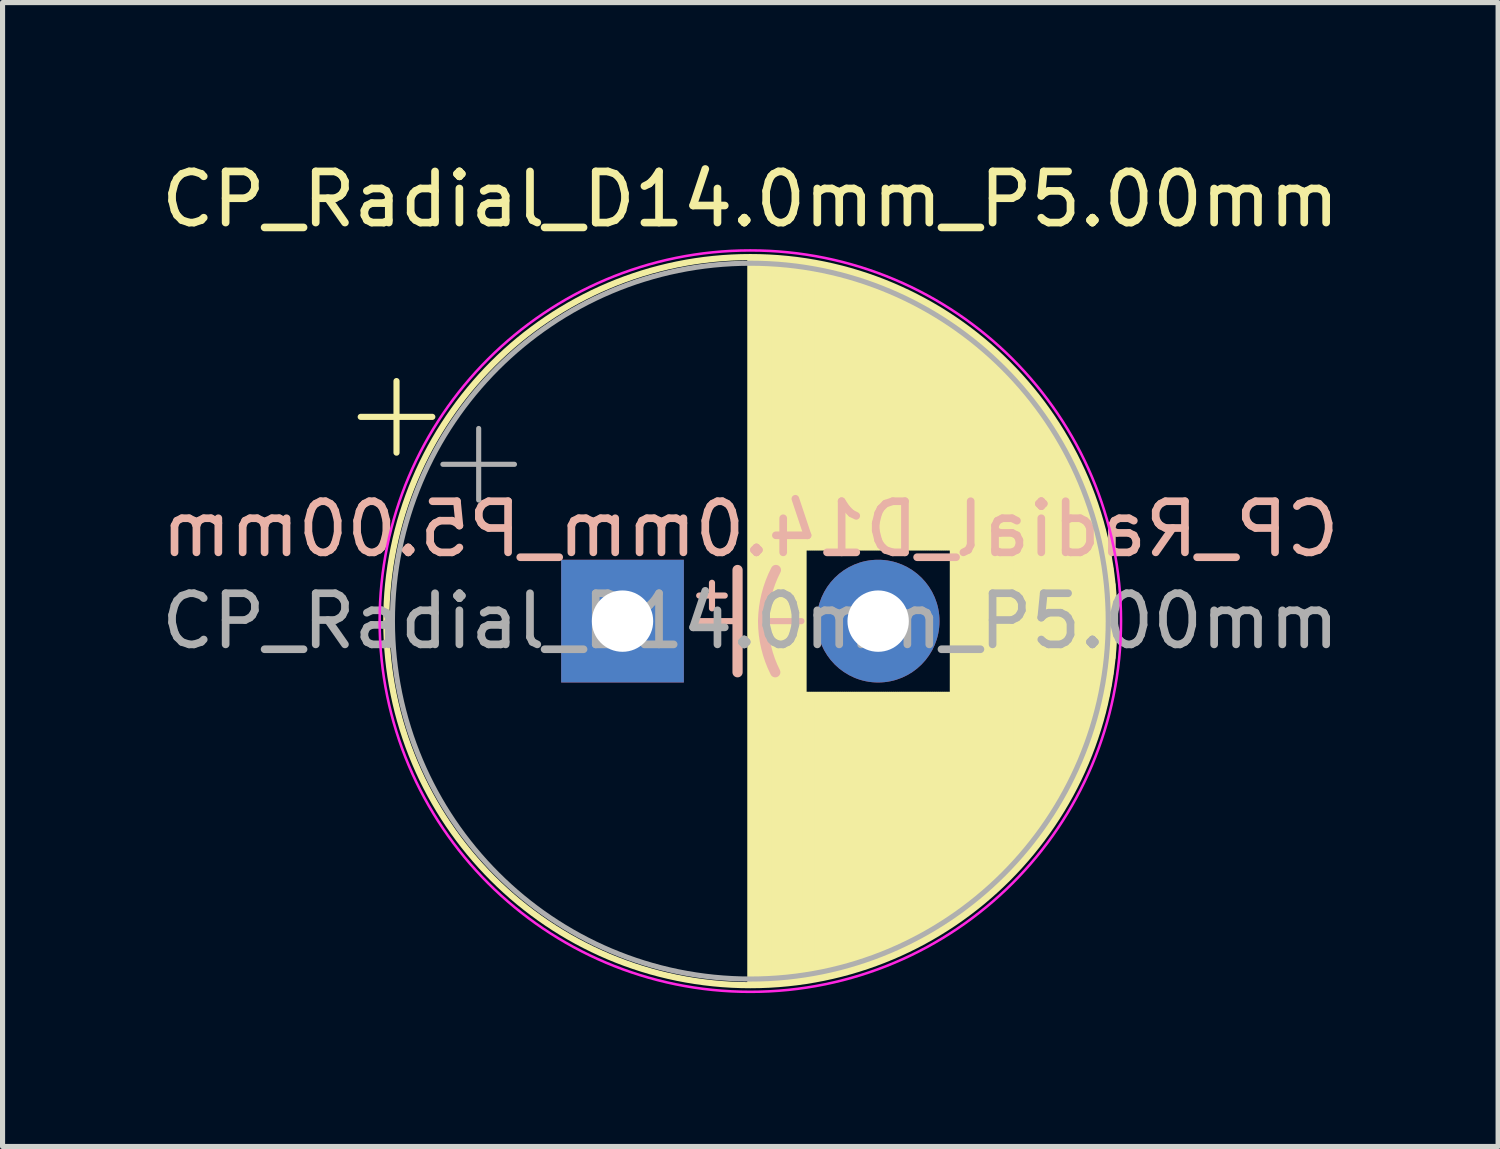
<source format=kicad_pcb>
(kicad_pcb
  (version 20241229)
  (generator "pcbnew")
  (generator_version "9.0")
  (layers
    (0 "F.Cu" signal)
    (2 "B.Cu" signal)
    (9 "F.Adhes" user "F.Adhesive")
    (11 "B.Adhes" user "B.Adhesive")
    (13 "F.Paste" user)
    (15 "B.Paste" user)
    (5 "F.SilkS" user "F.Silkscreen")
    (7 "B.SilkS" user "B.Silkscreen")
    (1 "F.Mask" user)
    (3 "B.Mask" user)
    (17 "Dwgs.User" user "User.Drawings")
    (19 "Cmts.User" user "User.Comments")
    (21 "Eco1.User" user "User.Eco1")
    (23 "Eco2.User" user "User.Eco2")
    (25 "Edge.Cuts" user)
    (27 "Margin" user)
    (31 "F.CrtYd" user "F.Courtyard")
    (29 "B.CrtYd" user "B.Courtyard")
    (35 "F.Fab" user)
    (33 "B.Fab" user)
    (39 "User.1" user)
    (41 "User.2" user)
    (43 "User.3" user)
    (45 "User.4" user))
  (footprint "CP_Radial_D14.0mm_P5.00mm"
    (layer "F.Cu")
    (at 9.125 9.098)
    (property "Reference" "CP_Radial_D14.0mm_P5.00mm" (at 2.5 -8.25 0) (layer "F.SilkS") (effects (font (size 1 1) (thickness 0.15))))
    (fp_line (start -5.12 -3.995) (end -3.72 -3.995) (stroke (width 0.12) (type solid)) (layer "F.SilkS"))
    (fp_line (start -4.42 -4.695) (end -4.42 -3.295) (stroke (width 0.12) (type solid)) (layer "F.SilkS"))
    (fp_line (start 2.5 -7.08) (end 2.5 7.08) (stroke (width 0.12) (type solid)) (layer "F.SilkS"))
    (fp_line (start 2.54 -7.08) (end 2.54 7.08) (stroke (width 0.12) (type solid)) (layer "F.SilkS"))
    (fp_line (start 2.58 -7.08) (end 2.58 7.08) (stroke (width 0.12) (type solid)) (layer "F.SilkS"))
    (fp_line (start 2.62 -7.079) (end 2.62 7.079) (stroke (width 0.12) (type solid)) (layer "F.SilkS"))
    (fp_line (start 2.66 -7.079) (end 2.66 7.079) (stroke (width 0.12) (type solid)) (layer "F.SilkS"))
    (fp_line (start 2.7 -7.078) (end 2.7 7.078) (stroke (width 0.12) (type solid)) (layer "F.SilkS"))
    (fp_line (start 2.74 -7.076) (end 2.74 7.076) (stroke (width 0.12) (type solid)) (layer "F.SilkS"))
    (fp_line (start 2.78 -7.075) (end 2.78 7.075) (stroke (width 0.12) (type solid)) (layer "F.SilkS"))
    (fp_line (start 2.82 -7.073) (end 2.82 7.073) (stroke (width 0.12) (type solid)) (layer "F.SilkS"))
    (fp_line (start 2.86 -7.071) (end 2.86 7.071) (stroke (width 0.12) (type solid)) (layer "F.SilkS"))
    (fp_line (start 2.9 -7.069) (end 2.9 7.069) (stroke (width 0.12) (type solid)) (layer "F.SilkS"))
    (fp_line (start 2.94 -7.067) (end 2.94 7.067) (stroke (width 0.12) (type solid)) (layer "F.SilkS"))
    (fp_line (start 2.98 -7.064) (end 2.98 7.064) (stroke (width 0.12) (type solid)) (layer "F.SilkS"))
    (fp_line (start 3.02 -7.061) (end 3.02 7.061) (stroke (width 0.12) (type solid)) (layer "F.SilkS"))
    (fp_line (start 3.06 -7.058) (end 3.06 7.058) (stroke (width 0.12) (type solid)) (layer "F.SilkS"))
    (fp_line (start 3.1 -7.055) (end 3.1 7.055) (stroke (width 0.12) (type solid)) (layer "F.SilkS"))
    (fp_line (start 3.14 -7.052) (end 3.14 7.052) (stroke (width 0.12) (type solid)) (layer "F.SilkS"))
    (fp_line (start 3.18 -7.048) (end 3.18 7.048) (stroke (width 0.12) (type solid)) (layer "F.SilkS"))
    (fp_line (start 3.221 -7.044) (end 3.221 7.044) (stroke (width 0.12) (type solid)) (layer "F.SilkS"))
    (fp_line (start 3.261 -7.04) (end 3.261 7.04) (stroke (width 0.12) (type solid)) (layer "F.SilkS"))
    (fp_line (start 3.301 -7.035) (end 3.301 7.035) (stroke (width 0.12) (type solid)) (layer "F.SilkS"))
    (fp_line (start 3.341 -7.031) (end 3.341 7.031) (stroke (width 0.12) (type solid)) (layer "F.SilkS"))
    (fp_line (start 3.381 -7.026) (end 3.381 7.026) (stroke (width 0.12) (type solid)) (layer "F.SilkS"))
    (fp_line (start 3.421 -7.021) (end 3.421 7.021) (stroke (width 0.12) (type solid)) (layer "F.SilkS"))
    (fp_line (start 3.461 -7.015) (end 3.461 7.015) (stroke (width 0.12) (type solid)) (layer "F.SilkS"))
    (fp_line (start 3.501 -7.01) (end 3.501 7.01) (stroke (width 0.12) (type solid)) (layer "F.SilkS"))
    (fp_line (start 3.541 -7.004) (end 3.541 7.004) (stroke (width 0.12) (type solid)) (layer "F.SilkS"))
    (fp_line (start 3.581 -6.998) (end 3.581 -1.44) (stroke (width 0.12) (type solid)) (layer "F.SilkS"))
    (fp_line (start 3.581 1.44) (end 3.581 6.998) (stroke (width 0.12) (type solid)) (layer "F.SilkS"))
    (fp_line (start 3.621 -6.992) (end 3.621 -1.44) (stroke (width 0.12) (type solid)) (layer "F.SilkS"))
    (fp_line (start 3.621 1.44) (end 3.621 6.992) (stroke (width 0.12) (type solid)) (layer "F.SilkS"))
    (fp_line (start 3.661 -6.985) (end 3.661 -1.44) (stroke (width 0.12) (type solid)) (layer "F.SilkS"))
    (fp_line (start 3.661 1.44) (end 3.661 6.985) (stroke (width 0.12) (type solid)) (layer "F.SilkS"))
    (fp_line (start 3.701 -6.979) (end 3.701 -1.44) (stroke (width 0.12) (type solid)) (layer "F.SilkS"))
    (fp_line (start 3.701 1.44) (end 3.701 6.979) (stroke (width 0.12) (type solid)) (layer "F.SilkS"))
    (fp_line (start 3.741 -6.972) (end 3.741 -1.44) (stroke (width 0.12) (type solid)) (layer "F.SilkS"))
    (fp_line (start 3.741 1.44) (end 3.741 6.972) (stroke (width 0.12) (type solid)) (layer "F.SilkS"))
    (fp_line (start 3.781 -6.964) (end 3.781 -1.44) (stroke (width 0.12) (type solid)) (layer "F.SilkS"))
    (fp_line (start 3.781 1.44) (end 3.781 6.964) (stroke (width 0.12) (type solid)) (layer "F.SilkS"))
    (fp_line (start 3.821 -6.957) (end 3.821 -1.44) (stroke (width 0.12) (type solid)) (layer "F.SilkS"))
    (fp_line (start 3.821 1.44) (end 3.821 6.957) (stroke (width 0.12) (type solid)) (layer "F.SilkS"))
    (fp_line (start 3.861 -6.949) (end 3.861 -1.44) (stroke (width 0.12) (type solid)) (layer "F.SilkS"))
    (fp_line (start 3.861 1.44) (end 3.861 6.949) (stroke (width 0.12) (type solid)) (layer "F.SilkS"))
    (fp_line (start 3.901 -6.942) (end 3.901 -1.44) (stroke (width 0.12) (type solid)) (layer "F.SilkS"))
    (fp_line (start 3.901 1.44) (end 3.901 6.942) (stroke (width 0.12) (type solid)) (layer "F.SilkS"))
    (fp_line (start 3.941 -6.933) (end 3.941 -1.44) (stroke (width 0.12) (type solid)) (layer "F.SilkS"))
    (fp_line (start 3.941 1.44) (end 3.941 6.933) (stroke (width 0.12) (type solid)) (layer "F.SilkS"))
    (fp_line (start 3.981 -6.925) (end 3.981 -1.44) (stroke (width 0.12) (type solid)) (layer "F.SilkS"))
    (fp_line (start 3.981 1.44) (end 3.981 6.925) (stroke (width 0.12) (type solid)) (layer "F.SilkS"))
    (fp_line (start 4.021 -6.916) (end 4.021 -1.44) (stroke (width 0.12) (type solid)) (layer "F.SilkS"))
    (fp_line (start 4.021 1.44) (end 4.021 6.916) (stroke (width 0.12) (type solid)) (layer "F.SilkS"))
    (fp_line (start 4.061 -6.907) (end 4.061 -1.44) (stroke (width 0.12) (type solid)) (layer "F.SilkS"))
    (fp_line (start 4.061 1.44) (end 4.061 6.907) (stroke (width 0.12) (type solid)) (layer "F.SilkS"))
    (fp_line (start 4.101 -6.898) (end 4.101 -1.44) (stroke (width 0.12) (type solid)) (layer "F.SilkS"))
    (fp_line (start 4.101 1.44) (end 4.101 6.898) (stroke (width 0.12) (type solid)) (layer "F.SilkS"))
    (fp_line (start 4.141 -6.889) (end 4.141 -1.44) (stroke (width 0.12) (type solid)) (layer "F.SilkS"))
    (fp_line (start 4.141 1.44) (end 4.141 6.889) (stroke (width 0.12) (type solid)) (layer "F.SilkS"))
    (fp_line (start 4.181 -6.879) (end 4.181 -1.44) (stroke (width 0.12) (type solid)) (layer "F.SilkS"))
    (fp_line (start 4.181 1.44) (end 4.181 6.879) (stroke (width 0.12) (type solid)) (layer "F.SilkS"))
    (fp_line (start 4.221 -6.87) (end 4.221 -1.44) (stroke (width 0.12) (type solid)) (layer "F.SilkS"))
    (fp_line (start 4.221 1.44) (end 4.221 6.87) (stroke (width 0.12) (type solid)) (layer "F.SilkS"))
    (fp_line (start 4.261 -6.86) (end 4.261 -1.44) (stroke (width 0.12) (type solid)) (layer "F.SilkS"))
    (fp_line (start 4.261 1.44) (end 4.261 6.86) (stroke (width 0.12) (type solid)) (layer "F.SilkS"))
    (fp_line (start 4.301 -6.849) (end 4.301 -1.44) (stroke (width 0.12) (type solid)) (layer "F.SilkS"))
    (fp_line (start 4.301 1.44) (end 4.301 6.849) (stroke (width 0.12) (type solid)) (layer "F.SilkS"))
    (fp_line (start 4.341 -6.839) (end 4.341 -1.44) (stroke (width 0.12) (type solid)) (layer "F.SilkS"))
    (fp_line (start 4.341 1.44) (end 4.341 6.839) (stroke (width 0.12) (type solid)) (layer "F.SilkS"))
    (fp_line (start 4.381 -6.828) (end 4.381 -1.44) (stroke (width 0.12) (type solid)) (layer "F.SilkS"))
    (fp_line (start 4.381 1.44) (end 4.381 6.828) (stroke (width 0.12) (type solid)) (layer "F.SilkS"))
    (fp_line (start 4.421 -6.817) (end 4.421 -1.44) (stroke (width 0.12) (type solid)) (layer "F.SilkS"))
    (fp_line (start 4.421 1.44) (end 4.421 6.817) (stroke (width 0.12) (type solid)) (layer "F.SilkS"))
    (fp_line (start 4.461 -6.805) (end 4.461 -1.44) (stroke (width 0.12) (type solid)) (layer "F.SilkS"))
    (fp_line (start 4.461 1.44) (end 4.461 6.805) (stroke (width 0.12) (type solid)) (layer "F.SilkS"))
    (fp_line (start 4.501 -6.794) (end 4.501 -1.44) (stroke (width 0.12) (type solid)) (layer "F.SilkS"))
    (fp_line (start 4.501 1.44) (end 4.501 6.794) (stroke (width 0.12) (type solid)) (layer "F.SilkS"))
    (fp_line (start 4.541 -6.782) (end 4.541 -1.44) (stroke (width 0.12) (type solid)) (layer "F.SilkS"))
    (fp_line (start 4.541 1.44) (end 4.541 6.782) (stroke (width 0.12) (type solid)) (layer "F.SilkS"))
    (fp_line (start 4.581 -6.77) (end 4.581 -1.44) (stroke (width 0.12) (type solid)) (layer "F.SilkS"))
    (fp_line (start 4.581 1.44) (end 4.581 6.77) (stroke (width 0.12) (type solid)) (layer "F.SilkS"))
    (fp_line (start 4.621 -6.758) (end 4.621 -1.44) (stroke (width 0.12) (type solid)) (layer "F.SilkS"))
    (fp_line (start 4.621 1.44) (end 4.621 6.758) (stroke (width 0.12) (type solid)) (layer "F.SilkS"))
    (fp_line (start 4.661 -6.745) (end 4.661 -1.44) (stroke (width 0.12) (type solid)) (layer "F.SilkS"))
    (fp_line (start 4.661 1.44) (end 4.661 6.745) (stroke (width 0.12) (type solid)) (layer "F.SilkS"))
    (fp_line (start 4.701 -6.732) (end 4.701 -1.44) (stroke (width 0.12) (type solid)) (layer "F.SilkS"))
    (fp_line (start 4.701 1.44) (end 4.701 6.732) (stroke (width 0.12) (type solid)) (layer "F.SilkS"))
    (fp_line (start 4.741 -6.719) (end 4.741 -1.44) (stroke (width 0.12) (type solid)) (layer "F.SilkS"))
    (fp_line (start 4.741 1.44) (end 4.741 6.719) (stroke (width 0.12) (type solid)) (layer "F.SilkS"))
    (fp_line (start 4.781 -6.706) (end 4.781 -1.44) (stroke (width 0.12) (type solid)) (layer "F.SilkS"))
    (fp_line (start 4.781 1.44) (end 4.781 6.706) (stroke (width 0.12) (type solid)) (layer "F.SilkS"))
    (fp_line (start 4.821 -6.692) (end 4.821 -1.44) (stroke (width 0.12) (type solid)) (layer "F.SilkS"))
    (fp_line (start 4.821 1.44) (end 4.821 6.692) (stroke (width 0.12) (type solid)) (layer "F.SilkS"))
    (fp_line (start 4.861 -6.678) (end 4.861 -1.44) (stroke (width 0.12) (type solid)) (layer "F.SilkS"))
    (fp_line (start 4.861 1.44) (end 4.861 6.678) (stroke (width 0.12) (type solid)) (layer "F.SilkS"))
    (fp_line (start 4.901 -6.664) (end 4.901 -1.44) (stroke (width 0.12) (type solid)) (layer "F.SilkS"))
    (fp_line (start 4.901 1.44) (end 4.901 6.664) (stroke (width 0.12) (type solid)) (layer "F.SilkS"))
    (fp_line (start 4.941 -6.649) (end 4.941 -1.44) (stroke (width 0.12) (type solid)) (layer "F.SilkS"))
    (fp_line (start 4.941 1.44) (end 4.941 6.649) (stroke (width 0.12) (type solid)) (layer "F.SilkS"))
    (fp_line (start 4.981 -6.635) (end 4.981 -1.44) (stroke (width 0.12) (type solid)) (layer "F.SilkS"))
    (fp_line (start 4.981 1.44) (end 4.981 6.635) (stroke (width 0.12) (type solid)) (layer "F.SilkS"))
    (fp_line (start 5.021 -6.62) (end 5.021 -1.44) (stroke (width 0.12) (type solid)) (layer "F.SilkS"))
    (fp_line (start 5.021 1.44) (end 5.021 6.62) (stroke (width 0.12) (type solid)) (layer "F.SilkS"))
    (fp_line (start 5.061 -6.604) (end 5.061 -1.44) (stroke (width 0.12) (type solid)) (layer "F.SilkS"))
    (fp_line (start 5.061 1.44) (end 5.061 6.604) (stroke (width 0.12) (type solid)) (layer "F.SilkS"))
    (fp_line (start 5.101 -6.589) (end 5.101 -1.44) (stroke (width 0.12) (type solid)) (layer "F.SilkS"))
    (fp_line (start 5.101 1.44) (end 5.101 6.589) (stroke (width 0.12) (type solid)) (layer "F.SilkS"))
    (fp_line (start 5.141 -6.573) (end 5.141 -1.44) (stroke (width 0.12) (type solid)) (layer "F.SilkS"))
    (fp_line (start 5.141 1.44) (end 5.141 6.573) (stroke (width 0.12) (type solid)) (layer "F.SilkS"))
    (fp_line (start 5.181 -6.557) (end 5.181 -1.44) (stroke (width 0.12) (type solid)) (layer "F.SilkS"))
    (fp_line (start 5.181 1.44) (end 5.181 6.557) (stroke (width 0.12) (type solid)) (layer "F.SilkS"))
    (fp_line (start 5.221 -6.54) (end 5.221 -1.44) (stroke (width 0.12) (type solid)) (layer "F.SilkS"))
    (fp_line (start 5.221 1.44) (end 5.221 6.54) (stroke (width 0.12) (type solid)) (layer "F.SilkS"))
    (fp_line (start 5.261 -6.524) (end 5.261 -1.44) (stroke (width 0.12) (type solid)) (layer "F.SilkS"))
    (fp_line (start 5.261 1.44) (end 5.261 6.524) (stroke (width 0.12) (type solid)) (layer "F.SilkS"))
    (fp_line (start 5.301 -6.507) (end 5.301 -1.44) (stroke (width 0.12) (type solid)) (layer "F.SilkS"))
    (fp_line (start 5.301 1.44) (end 5.301 6.507) (stroke (width 0.12) (type solid)) (layer "F.SilkS"))
    (fp_line (start 5.341 -6.49) (end 5.341 -1.44) (stroke (width 0.12) (type solid)) (layer "F.SilkS"))
    (fp_line (start 5.341 1.44) (end 5.341 6.49) (stroke (width 0.12) (type solid)) (layer "F.SilkS"))
    (fp_line (start 5.381 -6.472) (end 5.381 -1.44) (stroke (width 0.12) (type solid)) (layer "F.SilkS"))
    (fp_line (start 5.381 1.44) (end 5.381 6.472) (stroke (width 0.12) (type solid)) (layer "F.SilkS"))
    (fp_line (start 5.421 -6.454) (end 5.421 -1.44) (stroke (width 0.12) (type solid)) (layer "F.SilkS"))
    (fp_line (start 5.421 1.44) (end 5.421 6.454) (stroke (width 0.12) (type solid)) (layer "F.SilkS"))
    (fp_line (start 5.461 -6.436) (end 5.461 -1.44) (stroke (width 0.12) (type solid)) (layer "F.SilkS"))
    (fp_line (start 5.461 1.44) (end 5.461 6.436) (stroke (width 0.12) (type solid)) (layer "F.SilkS"))
    (fp_line (start 5.501 -6.418) (end 5.501 -1.44) (stroke (width 0.12) (type solid)) (layer "F.SilkS"))
    (fp_line (start 5.501 1.44) (end 5.501 6.418) (stroke (width 0.12) (type solid)) (layer "F.SilkS"))
    (fp_line (start 5.541 -6.399) (end 5.541 -1.44) (stroke (width 0.12) (type solid)) (layer "F.SilkS"))
    (fp_line (start 5.541 1.44) (end 5.541 6.399) (stroke (width 0.12) (type solid)) (layer "F.SilkS"))
    (fp_line (start 5.581 -6.38) (end 5.581 -1.44) (stroke (width 0.12) (type solid)) (layer "F.SilkS"))
    (fp_line (start 5.581 1.44) (end 5.581 6.38) (stroke (width 0.12) (type solid)) (layer "F.SilkS"))
    (fp_line (start 5.621 -6.36) (end 5.621 -1.44) (stroke (width 0.12) (type solid)) (layer "F.SilkS"))
    (fp_line (start 5.621 1.44) (end 5.621 6.36) (stroke (width 0.12) (type solid)) (layer "F.SilkS"))
    (fp_line (start 5.661 -6.341) (end 5.661 -1.44) (stroke (width 0.12) (type solid)) (layer "F.SilkS"))
    (fp_line (start 5.661 1.44) (end 5.661 6.341) (stroke (width 0.12) (type solid)) (layer "F.SilkS"))
    (fp_line (start 5.701 -6.321) (end 5.701 -1.44) (stroke (width 0.12) (type solid)) (layer "F.SilkS"))
    (fp_line (start 5.701 1.44) (end 5.701 6.321) (stroke (width 0.12) (type solid)) (layer "F.SilkS"))
    (fp_line (start 5.741 -6.301) (end 5.741 -1.44) (stroke (width 0.12) (type solid)) (layer "F.SilkS"))
    (fp_line (start 5.741 1.44) (end 5.741 6.301) (stroke (width 0.12) (type solid)) (layer "F.SilkS"))
    (fp_line (start 5.781 -6.28) (end 5.781 -1.44) (stroke (width 0.12) (type solid)) (layer "F.SilkS"))
    (fp_line (start 5.781 1.44) (end 5.781 6.28) (stroke (width 0.12) (type solid)) (layer "F.SilkS"))
    (fp_line (start 5.821 -6.259) (end 5.821 -1.44) (stroke (width 0.12) (type solid)) (layer "F.SilkS"))
    (fp_line (start 5.821 1.44) (end 5.821 6.259) (stroke (width 0.12) (type solid)) (layer "F.SilkS"))
    (fp_line (start 5.861 -6.238) (end 5.861 -1.44) (stroke (width 0.12) (type solid)) (layer "F.SilkS"))
    (fp_line (start 5.861 1.44) (end 5.861 6.238) (stroke (width 0.12) (type solid)) (layer "F.SilkS"))
    (fp_line (start 5.901 -6.216) (end 5.901 -1.44) (stroke (width 0.12) (type solid)) (layer "F.SilkS"))
    (fp_line (start 5.901 1.44) (end 5.901 6.216) (stroke (width 0.12) (type solid)) (layer "F.SilkS"))
    (fp_line (start 5.941 -6.194) (end 5.941 -1.44) (stroke (width 0.12) (type solid)) (layer "F.SilkS"))
    (fp_line (start 5.941 1.44) (end 5.941 6.194) (stroke (width 0.12) (type solid)) (layer "F.SilkS"))
    (fp_line (start 5.981 -6.172) (end 5.981 -1.44) (stroke (width 0.12) (type solid)) (layer "F.SilkS"))
    (fp_line (start 5.981 1.44) (end 5.981 6.172) (stroke (width 0.12) (type solid)) (layer "F.SilkS"))
    (fp_line (start 6.021 -6.15) (end 6.021 -1.44) (stroke (width 0.12) (type solid)) (layer "F.SilkS"))
    (fp_line (start 6.021 1.44) (end 6.021 6.15) (stroke (width 0.12) (type solid)) (layer "F.SilkS"))
    (fp_line (start 6.061 -6.127) (end 6.061 -1.44) (stroke (width 0.12) (type solid)) (layer "F.SilkS"))
    (fp_line (start 6.061 1.44) (end 6.061 6.127) (stroke (width 0.12) (type solid)) (layer "F.SilkS"))
    (fp_line (start 6.101 -6.103) (end 6.101 -1.44) (stroke (width 0.12) (type solid)) (layer "F.SilkS"))
    (fp_line (start 6.101 1.44) (end 6.101 6.103) (stroke (width 0.12) (type solid)) (layer "F.SilkS"))
    (fp_line (start 6.141 -6.08) (end 6.141 -1.44) (stroke (width 0.12) (type solid)) (layer "F.SilkS"))
    (fp_line (start 6.141 1.44) (end 6.141 6.08) (stroke (width 0.12) (type solid)) (layer "F.SilkS"))
    (fp_line (start 6.181 -6.056) (end 6.181 -1.44) (stroke (width 0.12) (type solid)) (layer "F.SilkS"))
    (fp_line (start 6.181 1.44) (end 6.181 6.056) (stroke (width 0.12) (type solid)) (layer "F.SilkS"))
    (fp_line (start 6.221 -6.031) (end 6.221 -1.44) (stroke (width 0.12) (type solid)) (layer "F.SilkS"))
    (fp_line (start 6.221 1.44) (end 6.221 6.031) (stroke (width 0.12) (type solid)) (layer "F.SilkS"))
    (fp_line (start 6.261 -6.007) (end 6.261 -1.44) (stroke (width 0.12) (type solid)) (layer "F.SilkS"))
    (fp_line (start 6.261 1.44) (end 6.261 6.007) (stroke (width 0.12) (type solid)) (layer "F.SilkS"))
    (fp_line (start 6.301 -5.982) (end 6.301 -1.44) (stroke (width 0.12) (type solid)) (layer "F.SilkS"))
    (fp_line (start 6.301 1.44) (end 6.301 5.982) (stroke (width 0.12) (type solid)) (layer "F.SilkS"))
    (fp_line (start 6.341 -5.956) (end 6.341 -1.44) (stroke (width 0.12) (type solid)) (layer "F.SilkS"))
    (fp_line (start 6.341 1.44) (end 6.341 5.956) (stroke (width 0.12) (type solid)) (layer "F.SilkS"))
    (fp_line (start 6.381 -5.93) (end 6.381 -1.44) (stroke (width 0.12) (type solid)) (layer "F.SilkS"))
    (fp_line (start 6.381 1.44) (end 6.381 5.93) (stroke (width 0.12) (type solid)) (layer "F.SilkS"))
    (fp_line (start 6.421 -5.904) (end 6.421 -1.44) (stroke (width 0.12) (type solid)) (layer "F.SilkS"))
    (fp_line (start 6.421 1.44) (end 6.421 5.904) (stroke (width 0.12) (type solid)) (layer "F.SilkS"))
    (fp_line (start 6.461 -5.878) (end 6.461 5.878) (stroke (width 0.12) (type solid)) (layer "F.SilkS"))
    (fp_line (start 6.501 -5.851) (end 6.501 5.851) (stroke (width 0.12) (type solid)) (layer "F.SilkS"))
    (fp_line (start 6.541 -5.823) (end 6.541 5.823) (stroke (width 0.12) (type solid)) (layer "F.SilkS"))
    (fp_line (start 6.581 -5.796) (end 6.581 5.796) (stroke (width 0.12) (type solid)) (layer "F.SilkS"))
    (fp_line (start 6.621 -5.767) (end 6.621 5.767) (stroke (width 0.12) (type solid)) (layer "F.SilkS"))
    (fp_line (start 6.661 -5.739) (end 6.661 5.739) (stroke (width 0.12) (type solid)) (layer "F.SilkS"))
    (fp_line (start 6.701 -5.71) (end 6.701 5.71) (stroke (width 0.12) (type solid)) (layer "F.SilkS"))
    (fp_line (start 6.741 -5.68) (end 6.741 5.68) (stroke (width 0.12) (type solid)) (layer "F.SilkS"))
    (fp_line (start 6.781 -5.65) (end 6.781 5.65) (stroke (width 0.12) (type solid)) (layer "F.SilkS"))
    (fp_line (start 6.821 -5.62) (end 6.821 5.62) (stroke (width 0.12) (type solid)) (layer "F.SilkS"))
    (fp_line (start 6.861 -5.589) (end 6.861 5.589) (stroke (width 0.12) (type solid)) (layer "F.SilkS"))
    (fp_line (start 6.901 -5.558) (end 6.901 5.558) (stroke (width 0.12) (type solid)) (layer "F.SilkS"))
    (fp_line (start 6.941 -5.527) (end 6.941 5.527) (stroke (width 0.12) (type solid)) (layer "F.SilkS"))
    (fp_line (start 6.981 -5.494) (end 6.981 5.494) (stroke (width 0.12) (type solid)) (layer "F.SilkS"))
    (fp_line (start 7.021 -5.462) (end 7.021 5.462) (stroke (width 0.12) (type solid)) (layer "F.SilkS"))
    (fp_line (start 7.061 -5.429) (end 7.061 5.429) (stroke (width 0.12) (type solid)) (layer "F.SilkS"))
    (fp_line (start 7.101 -5.395) (end 7.101 5.395) (stroke (width 0.12) (type solid)) (layer "F.SilkS"))
    (fp_line (start 7.141 -5.361) (end 7.141 5.361) (stroke (width 0.12) (type solid)) (layer "F.SilkS"))
    (fp_line (start 7.181 -5.326) (end 7.181 5.326) (stroke (width 0.12) (type solid)) (layer "F.SilkS"))
    (fp_line (start 7.221 -5.291) (end 7.221 5.291) (stroke (width 0.12) (type solid)) (layer "F.SilkS"))
    (fp_line (start 7.261 -5.255) (end 7.261 5.255) (stroke (width 0.12) (type solid)) (layer "F.SilkS"))
    (fp_line (start 7.301 -5.219) (end 7.301 5.219) (stroke (width 0.12) (type solid)) (layer "F.SilkS"))
    (fp_line (start 7.341 -5.182) (end 7.341 5.182) (stroke (width 0.12) (type solid)) (layer "F.SilkS"))
    (fp_line (start 7.381 -5.145) (end 7.381 5.145) (stroke (width 0.12) (type solid)) (layer "F.SilkS"))
    (fp_line (start 7.421 -5.107) (end 7.421 5.107) (stroke (width 0.12) (type solid)) (layer "F.SilkS"))
    (fp_line (start 7.461 -5.069) (end 7.461 5.069) (stroke (width 0.12) (type solid)) (layer "F.SilkS"))
    (fp_line (start 7.501 -5.029) (end 7.501 5.029) (stroke (width 0.12) (type solid)) (layer "F.SilkS"))
    (fp_line (start 7.541 -4.99) (end 7.541 4.99) (stroke (width 0.12) (type solid)) (layer "F.SilkS"))
    (fp_line (start 7.581 -4.949) (end 7.581 4.949) (stroke (width 0.12) (type solid)) (layer "F.SilkS"))
    (fp_line (start 7.621 -4.908) (end 7.621 4.908) (stroke (width 0.12) (type solid)) (layer "F.SilkS"))
    (fp_line (start 7.661 -4.866) (end 7.661 4.866) (stroke (width 0.12) (type solid)) (layer "F.SilkS"))
    (fp_line (start 7.701 -4.824) (end 7.701 4.824) (stroke (width 0.12) (type solid)) (layer "F.SilkS"))
    (fp_line (start 7.741 -4.781) (end 7.741 4.781) (stroke (width 0.12) (type solid)) (layer "F.SilkS"))
    (fp_line (start 7.781 -4.737) (end 7.781 4.737) (stroke (width 0.12) (type solid)) (layer "F.SilkS"))
    (fp_line (start 7.821 -4.693) (end 7.821 4.693) (stroke (width 0.12) (type solid)) (layer "F.SilkS"))
    (fp_line (start 7.861 -4.647) (end 7.861 4.647) (stroke (width 0.12) (type solid)) (layer "F.SilkS"))
    (fp_line (start 7.901 -4.601) (end 7.901 4.601) (stroke (width 0.12) (type solid)) (layer "F.SilkS"))
    (fp_line (start 7.941 -4.554) (end 7.941 4.554) (stroke (width 0.12) (type solid)) (layer "F.SilkS"))
    (fp_line (start 7.981 -4.506) (end 7.981 4.506) (stroke (width 0.12) (type solid)) (layer "F.SilkS"))
    (fp_line (start 8.021 -4.458) (end 8.021 4.458) (stroke (width 0.12) (type solid)) (layer "F.SilkS"))
    (fp_line (start 8.061 -4.408) (end 8.061 4.408) (stroke (width 0.12) (type solid)) (layer "F.SilkS"))
    (fp_line (start 8.101 -4.358) (end 8.101 4.358) (stroke (width 0.12) (type solid)) (layer "F.SilkS"))
    (fp_line (start 8.141 -4.306) (end 8.141 4.306) (stroke (width 0.12) (type solid)) (layer "F.SilkS"))
    (fp_line (start 8.181 -4.254) (end 8.181 4.254) (stroke (width 0.12) (type solid)) (layer "F.SilkS"))
    (fp_line (start 8.221 -4.2) (end 8.221 4.2) (stroke (width 0.12) (type solid)) (layer "F.SilkS"))
    (fp_line (start 8.261 -4.146) (end 8.261 4.146) (stroke (width 0.12) (type solid)) (layer "F.SilkS"))
    (fp_line (start 8.301 -4.09) (end 8.301 4.09) (stroke (width 0.12) (type solid)) (layer "F.SilkS"))
    (fp_line (start 8.341 -4.033) (end 8.341 4.033) (stroke (width 0.12) (type solid)) (layer "F.SilkS"))
    (fp_line (start 8.381 -3.975) (end 8.381 3.975) (stroke (width 0.12) (type solid)) (layer "F.SilkS"))
    (fp_line (start 8.421 -3.916) (end 8.421 3.916) (stroke (width 0.12) (type solid)) (layer "F.SilkS"))
    (fp_line (start 8.461 -3.856) (end 8.461 3.856) (stroke (width 0.12) (type solid)) (layer "F.SilkS"))
    (fp_line (start 8.501 -3.794) (end 8.501 3.794) (stroke (width 0.12) (type solid)) (layer "F.SilkS"))
    (fp_line (start 8.541 -3.73) (end 8.541 3.73) (stroke (width 0.12) (type solid)) (layer "F.SilkS"))
    (fp_line (start 8.581 -3.666) (end 8.581 3.666) (stroke (width 0.12) (type solid)) (layer "F.SilkS"))
    (fp_line (start 8.621 -3.599) (end 8.621 3.599) (stroke (width 0.12) (type solid)) (layer "F.SilkS"))
    (fp_line (start 8.661 -3.531) (end 8.661 3.531) (stroke (width 0.12) (type solid)) (layer "F.SilkS"))
    (fp_line (start 8.701 -3.461) (end 8.701 3.461) (stroke (width 0.12) (type solid)) (layer "F.SilkS"))
    (fp_line (start 8.741 -3.389) (end 8.741 3.389) (stroke (width 0.12) (type solid)) (layer "F.SilkS"))
    (fp_line (start 8.781 -3.315) (end 8.781 3.315) (stroke (width 0.12) (type solid)) (layer "F.SilkS"))
    (fp_line (start 8.821 -3.24) (end 8.821 3.24) (stroke (width 0.12) (type solid)) (layer "F.SilkS"))
    (fp_line (start 8.861 -3.161) (end 8.861 3.161) (stroke (width 0.12) (type solid)) (layer "F.SilkS"))
    (fp_line (start 8.901 -3.08) (end 8.901 3.08) (stroke (width 0.12) (type solid)) (layer "F.SilkS"))
    (fp_line (start 8.941 -2.997) (end 8.941 2.997) (stroke (width 0.12) (type solid)) (layer "F.SilkS"))
    (fp_line (start 8.981 -2.911) (end 8.981 2.911) (stroke (width 0.12) (type solid)) (layer "F.SilkS"))
    (fp_line (start 9.021 -2.821) (end 9.021 2.821) (stroke (width 0.12) (type solid)) (layer "F.SilkS"))
    (fp_line (start 9.061 -2.728) (end 9.061 2.728) (stroke (width 0.12) (type solid)) (layer "F.SilkS"))
    (fp_line (start 9.101 -2.632) (end 9.101 2.632) (stroke (width 0.12) (type solid)) (layer "F.SilkS"))
    (fp_line (start 9.141 -2.53) (end 9.141 2.53) (stroke (width 0.12) (type solid)) (layer "F.SilkS"))
    (fp_line (start 9.181 -2.425) (end 9.181 2.425) (stroke (width 0.12) (type solid)) (layer "F.SilkS"))
    (fp_line (start 9.221 -2.313) (end 9.221 2.313) (stroke (width 0.12) (type solid)) (layer "F.SilkS"))
    (fp_line (start 9.261 -2.196) (end 9.261 2.196) (stroke (width 0.12) (type solid)) (layer "F.SilkS"))
    (fp_line (start 9.301 -2.071) (end 9.301 2.071) (stroke (width 0.12) (type solid)) (layer "F.SilkS"))
    (fp_line (start 9.341 -1.938) (end 9.341 1.938) (stroke (width 0.12) (type solid)) (layer "F.SilkS"))
    (fp_line (start 9.381 -1.794) (end 9.381 1.794) (stroke (width 0.12) (type solid)) (layer "F.SilkS"))
    (fp_line (start 9.421 -1.636) (end 9.421 1.636) (stroke (width 0.12) (type solid)) (layer "F.SilkS"))
    (fp_line (start 9.461 -1.461) (end 9.461 1.461) (stroke (width 0.12) (type solid)) (layer "F.SilkS"))
    (fp_line (start 9.501 -1.262) (end 9.501 1.262) (stroke (width 0.12) (type solid)) (layer "F.SilkS"))
    (fp_line (start 9.541 -1.025) (end 9.541 1.025) (stroke (width 0.12) (type solid)) (layer "F.SilkS"))
    (fp_line (start 9.581 -0.714) (end 9.581 0.714) (stroke (width 0.12) (type solid)) (layer "F.SilkS"))
    (fp_circle (center 2.5 0) (end 9.62 0) (stroke (width 0.12) (type solid)) (fill no) (layer "F.SilkS"))
    (fp_line (start 1.5 -0.5) (end 2 -0.5) (stroke (width 0.12) (type solid)) (layer "B.SilkS"))
    (fp_line (start 1.5 0) (end 2.25 0) (stroke (width 0.12) (type solid)) (layer "B.SilkS"))
    (fp_line (start 1.75 -0.75) (end 1.75 -0.25) (stroke (width 0.12) (type solid)) (layer "B.SilkS"))
    (fp_line (start 2.25 1) (end 2.25 -1) (stroke (width 0.2) (type solid)) (layer "B.SilkS"))
    (fp_line (start 3.5 0) (end 2.75 0) (stroke (width 0.12) (type solid)) (layer "B.SilkS"))
    (fp_arc (start 2.75 0) (mid 2.816707 -0.514573) (end 3 -1) (stroke (width 0.2) (type solid)) (layer "B.SilkS"))
    (fp_arc (start 2.987539 1) (mid 2.810247 0.513901) (end 2.75 0) (stroke (width 0.2) (type solid)) (layer "B.SilkS"))
    (fp_circle (center 2.5 0) (end 9.75 0) (stroke (width 0.05) (type solid)) (fill no) (layer "F.CrtYd"))
    (fp_line (start -3.513 -3.067) (end -2.113 -3.067) (stroke (width 0.1) (type solid)) (layer "F.Fab"))
    (fp_line (start -2.813 -3.768) (end -2.813 -2.368) (stroke (width 0.1) (type solid)) (layer "F.Fab"))
    (fp_circle (center 2.5 0) (end 9.5 0) (stroke (width 0.1) (type solid)) (fill no) (layer "F.Fab"))
    (fp_text user "${REFERENCE}" (at 2.5 -1.8 0) (layer "B.SilkS") (effects (font (size 1 1) (thickness 0.15)) (justify mirror)))
    (fp_text user "${REFERENCE}" (at 2.5 0 0) (layer "F.Fab") (effects (font (size 1 1) (thickness 0.15))))
    (pad "1" thru_hole rect (at 0 0) (size 2.4 2.4) (drill 1.2) (layers "*.Cu" "*.Mask"))
    (pad "2" thru_hole circle (at 5 0) (size 2.4 2.4) (drill 1.2) (layers "*.Cu" "*.Mask")))
  (gr_rect
    (start -3 -3)
    (end 26.25 19.373)
    (stroke (width 0.1) (type default))
    (fill no)
    (layer "Edge.Cuts")))
</source>
